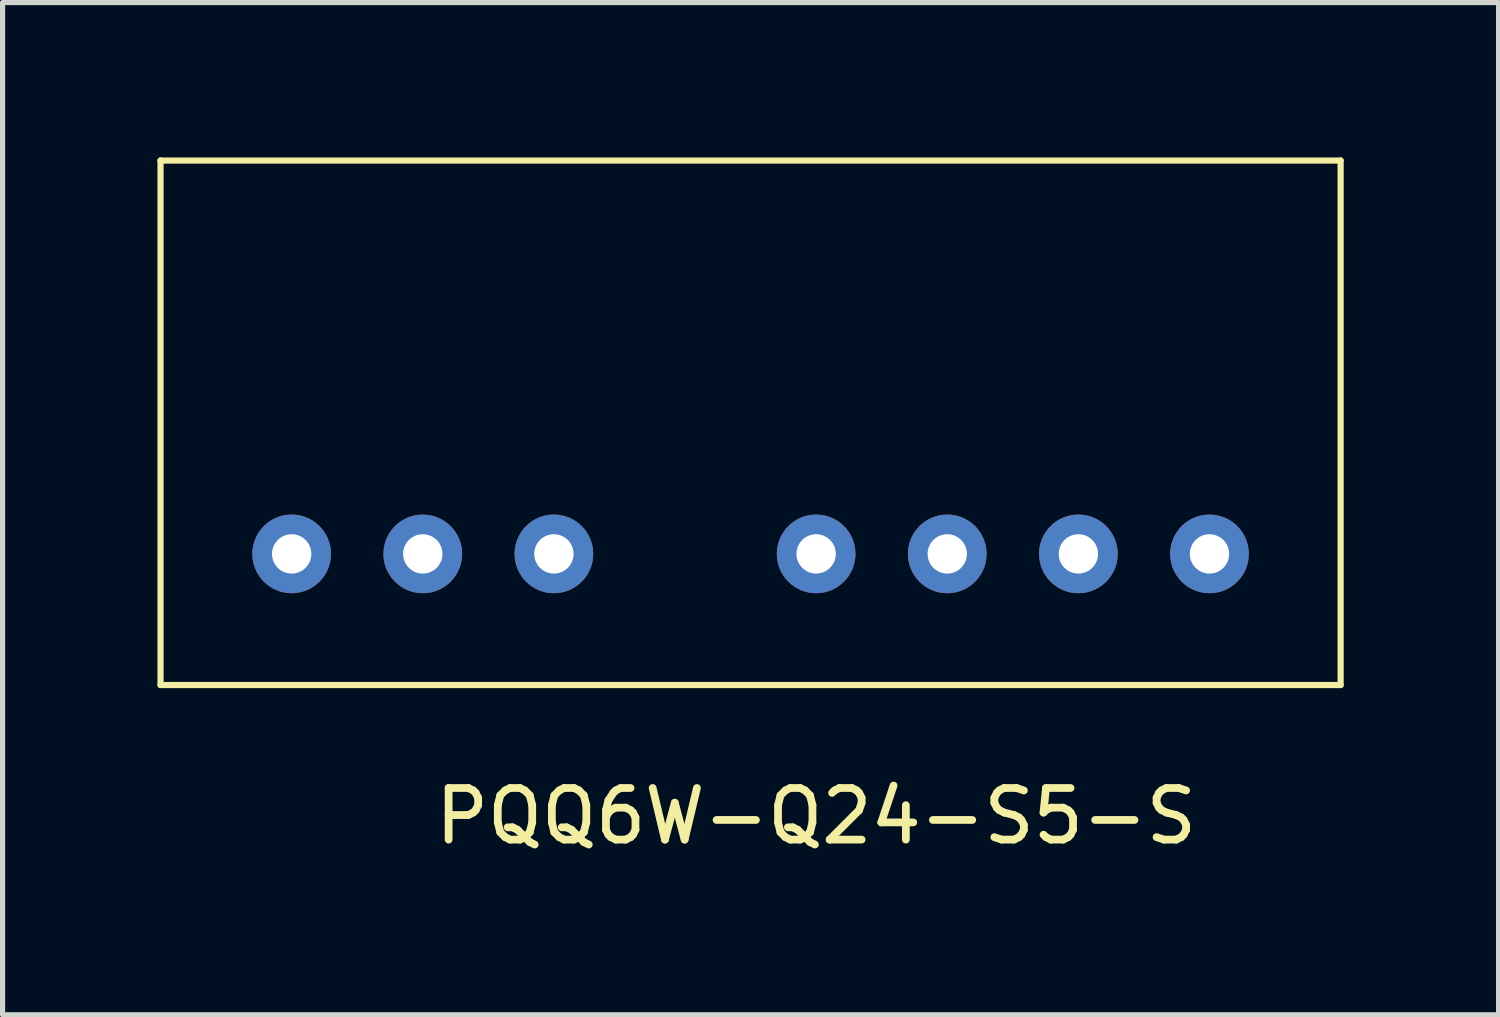
<source format=kicad_pcb>
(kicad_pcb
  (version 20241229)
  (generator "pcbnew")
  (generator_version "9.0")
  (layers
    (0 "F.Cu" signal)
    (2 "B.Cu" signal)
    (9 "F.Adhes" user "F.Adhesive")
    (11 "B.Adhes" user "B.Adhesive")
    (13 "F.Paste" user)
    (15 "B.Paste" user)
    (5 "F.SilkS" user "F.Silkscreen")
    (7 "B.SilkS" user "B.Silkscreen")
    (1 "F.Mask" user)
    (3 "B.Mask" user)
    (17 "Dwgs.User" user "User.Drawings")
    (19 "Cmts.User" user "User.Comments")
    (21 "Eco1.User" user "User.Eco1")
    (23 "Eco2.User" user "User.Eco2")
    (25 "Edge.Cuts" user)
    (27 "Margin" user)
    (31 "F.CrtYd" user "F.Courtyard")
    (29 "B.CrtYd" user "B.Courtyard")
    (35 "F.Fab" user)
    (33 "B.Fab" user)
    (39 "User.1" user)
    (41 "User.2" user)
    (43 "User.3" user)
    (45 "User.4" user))
  (footprint "PQQ6W-Q24-S5-S"
    (layer "F.Cu")
    (at 12.76 10.22)
    (property "Reference" "PQQ6W-Q24-S5-S" (at 0 2.54 0) (layer "F.SilkS") (effects (font (size 1 1) (thickness 0.15))))
    (attr through_hole)
    (fp_line (start -12.7 -10.16) (end -12.7 0) (stroke (width 0.12) (type solid)) (layer "F.SilkS"))
    (fp_line (start -12.7 0) (end 10.16 0) (stroke (width 0.12) (type solid)) (layer "F.SilkS"))
    (fp_line (start 10.16 -10.16) (end -12.7 -10.16) (stroke (width 0.12) (type solid)) (layer "F.SilkS"))
    (fp_line (start 10.16 0) (end 10.16 -10.16) (stroke (width 0.12) (type solid)) (layer "F.SilkS"))
    (pad "1" thru_hole circle (at -10.16 -2.54) (size 1.524 1.524) (drill 0.762) (layers "*.Cu" "*.Mask"))
    (pad "2" thru_hole circle (at -7.62 -2.54) (size 1.524 1.524) (drill 0.762) (layers "*.Cu" "*.Mask"))
    (pad "3" thru_hole circle (at -5.08 -2.54) (size 1.524 1.524) (drill 0.762) (layers "*.Cu" "*.Mask"))
    (pad "4" thru_hole circle (at 0 -2.54) (size 1.524 1.524) (drill 0.762) (layers "*.Cu" "*.Mask"))
    (pad "5" thru_hole circle (at 2.54 -2.54) (size 1.524 1.524) (drill 0.762) (layers "*.Cu" "*.Mask"))
    (pad "6" thru_hole circle (at 5.08 -2.54) (size 1.524 1.524) (drill 0.762) (layers "*.Cu" "*.Mask"))
    (pad "7" thru_hole circle (at 7.62 -2.54) (size 1.524 1.524) (drill 0.762) (layers "*.Cu" "*.Mask")))
  (gr_rect
    (start -3 -3)
    (end 25.98 16.608)
    (stroke (width 0.1) (type default))
    (fill no)
    (layer "Edge.Cuts")))
</source>
